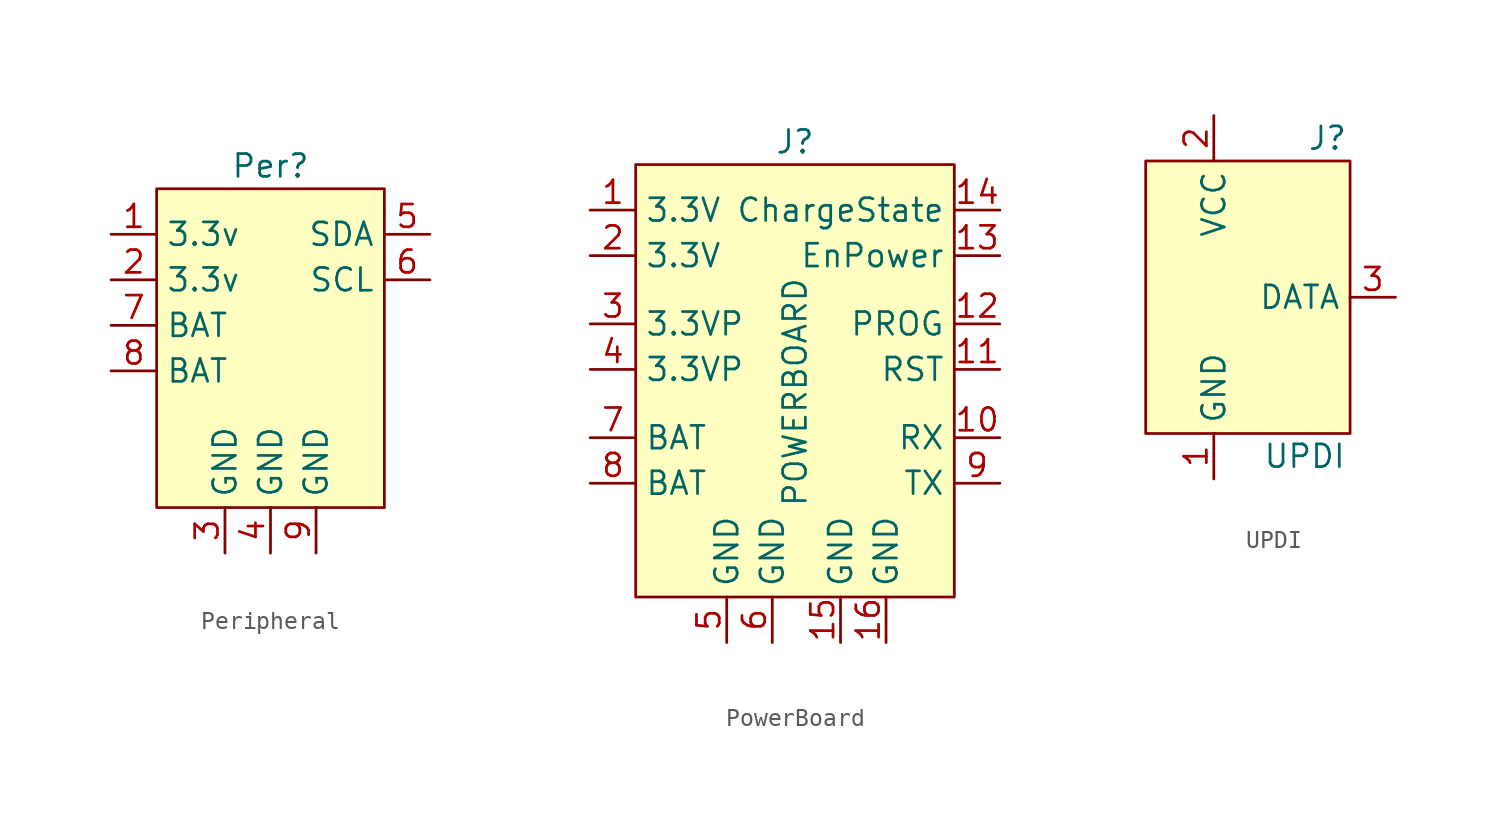
<source format=kicad_sym>
(kicad_symbol_lib
  (version 20220914)
  (generator kicad_symbol_editor)
  (symbol "Peripheral"
    (property "Reference" "Per"
      (at 0 1.27 0)
      (effects (font (size 1.27 1.27))))
    (property "Value" ""
      (at 0 3.81 0)
      (effects (font (size 1.27 1.27))))
    (symbol "Peripheral_1_1"
      (rectangle (start -6.35 0) (end 6.35 -17.78) (stroke (width 0) (type default)) (fill (type background)))
      (pin power_in line (at -8.89 -2.54 0) (length 2.54) (name "3.3v" (effects (font (size 1.27 1.27)))) (number "1" (effects (font (size 1.27 1.27)))))
      (pin power_in line (at -8.89 -5.08 0) (length 2.54) (name "3.3v" (effects (font (size 1.27 1.27)))) (number "2" (effects (font (size 1.27 1.27)))))
      (pin power_in line (at -2.54 -20.32 90) (length 2.54) (name "GND" (effects (font (size 1.27 1.27)))) (number "3" (effects (font (size 1.27 1.27)))))
      (pin power_in line (at 0 -20.32 90) (length 2.54) (name "GND" (effects (font (size 1.27 1.27)))) (number "4" (effects (font (size 1.27 1.27)))))
      (pin bidirectional line (at 8.89 -2.54 180) (length 2.54) (name "SDA" (effects (font (size 1.27 1.27)))) (number "5" (effects (font (size 1.27 1.27)))))
      (pin bidirectional line (at 8.89 -5.08 180) (length 2.54) (name "SCL" (effects (font (size 1.27 1.27)))) (number "6" (effects (font (size 1.27 1.27)))))
      (pin power_in line (at -8.89 -7.62 0) (length 2.54) (name "BAT" (effects (font (size 1.27 1.27)))) (number "7" (effects (font (size 1.27 1.27)))))
      (pin power_in line (at -8.89 -10.16 0) (length 2.54) (name "BAT" (effects (font (size 1.27 1.27)))) (number "8" (effects (font (size 1.27 1.27)))))
      (pin power_in line (at 2.54 -20.32 90) (length 2.54) (name "GND" (effects (font (size 1.27 1.27)))) (number "9" (effects (font (size 1.27 1.27)))))))
  (symbol "PowerBoard"
    (property "Reference" "J"
      (at 0 17.78 0)
      (effects (font (size 1.27 1.27))))
    (property "Value" "POWERBOARD"
      (at 0 3.81 90)
      (effects (font (size 1.27 1.27))))
    (symbol "PowerBoard_1_1"
      (rectangle (start -8.89 16.51) (end 8.89 -7.62) (stroke (width 0) (type default)) (fill (type background)))
      (pin power_out line (at -11.43 13.97 0) (length 2.54) (name "3.3V" (effects (font (size 1.27 1.27)))) (number "1" (effects (font (size 1.27 1.27)))))
      (pin input line (at 11.43 1.27 180) (length 2.54) (name "RX" (effects (font (size 1.27 1.27)))) (number "10" (effects (font (size 1.27 1.27)))))
      (pin output line (at 11.43 5.08 180) (length 2.54) (name "RST" (effects (font (size 1.27 1.27)))) (number "11" (effects (font (size 1.27 1.27)))))
      (pin output line (at 11.43 7.62 180) (length 2.54) (name "PROG" (effects (font (size 1.27 1.27)))) (number "12" (effects (font (size 1.27 1.27)))))
      (pin input line (at 11.43 11.43 180) (length 2.54) (name "EnPower" (effects (font (size 1.27 1.27)))) (number "13" (effects (font (size 1.27 1.27)))))
      (pin output line (at 11.43 13.97 180) (length 2.54) (name "ChargeState" (effects (font (size 1.27 1.27)))) (number "14" (effects (font (size 1.27 1.27)))))
      (pin power_out line (at 2.54 -10.16 90) (length 2.54) (name "GND" (effects (font (size 1.27 1.27)))) (number "15" (effects (font (size 1.27 1.27)))))
      (pin power_out line (at 5.08 -10.16 90) (length 2.54) (name "GND" (effects (font (size 1.27 1.27)))) (number "16" (effects (font (size 1.27 1.27)))))
      (pin power_out line (at -11.43 11.43 0) (length 2.54) (name "3.3V" (effects (font (size 1.27 1.27)))) (number "2" (effects (font (size 1.27 1.27)))))
      (pin power_out line (at -11.43 7.62 0) (length 2.54) (name "3.3VP" (effects (font (size 1.27 1.27)))) (number "3" (effects (font (size 1.27 1.27)))))
      (pin power_out line (at -11.43 5.08 0) (length 2.54) (name "3.3VP" (effects (font (size 1.27 1.27)))) (number "4" (effects (font (size 1.27 1.27)))))
      (pin power_out line (at -3.81 -10.16 90) (length 2.54) (name "GND" (effects (font (size 1.27 1.27)))) (number "5" (effects (font (size 1.27 1.27)))))
      (pin power_out line (at -1.27 -10.16 90) (length 2.54) (name "GND" (effects (font (size 1.27 1.27)))) (number "6" (effects (font (size 1.27 1.27)))))
      (pin power_out line (at -11.43 1.27 0) (length 2.54) (name "BAT" (effects (font (size 1.27 1.27)))) (number "7" (effects (font (size 1.27 1.27)))))
      (pin power_out line (at -11.43 -1.27 0) (length 2.54) (name "BAT" (effects (font (size 1.27 1.27)))) (number "8" (effects (font (size 1.27 1.27)))))
      (pin output line (at 11.43 -1.27 180) (length 2.54) (name "TX" (effects (font (size 1.27 1.27)))) (number "9" (effects (font (size 1.27 1.27)))))))
  (symbol "UPDI"
    (property "Reference" "J"
      (at 6.35 8.89 0)
      (effects (font (size 1.27 1.27))))
    (property "Value" "UPDI"
      (at 5.08 -8.89 0)
      (effects (font (size 1.27 1.27))))
    (symbol "UPDI_1_1"
      (rectangle (start -3.81 7.62) (end 7.62 -7.62) (stroke (width 0) (type default)) (fill (type background)))
      (pin power_in line (at 0 -10.16 90) (length 2.54) (name "GND" (effects (font (size 1.27 1.27)))) (number "1" (effects (font (size 1.27 1.27)))))
      (pin power_in line (at 0 10.16 270) (length 2.54) (name "VCC" (effects (font (size 1.27 1.27)))) (number "2" (effects (font (size 1.27 1.27)))))
      (pin bidirectional line (at 10.16 0 180) (length 2.54) (name "DATA" (effects (font (size 1.27 1.27)))) (number "3" (effects (font (size 1.27 1.27))))))))
</source>
